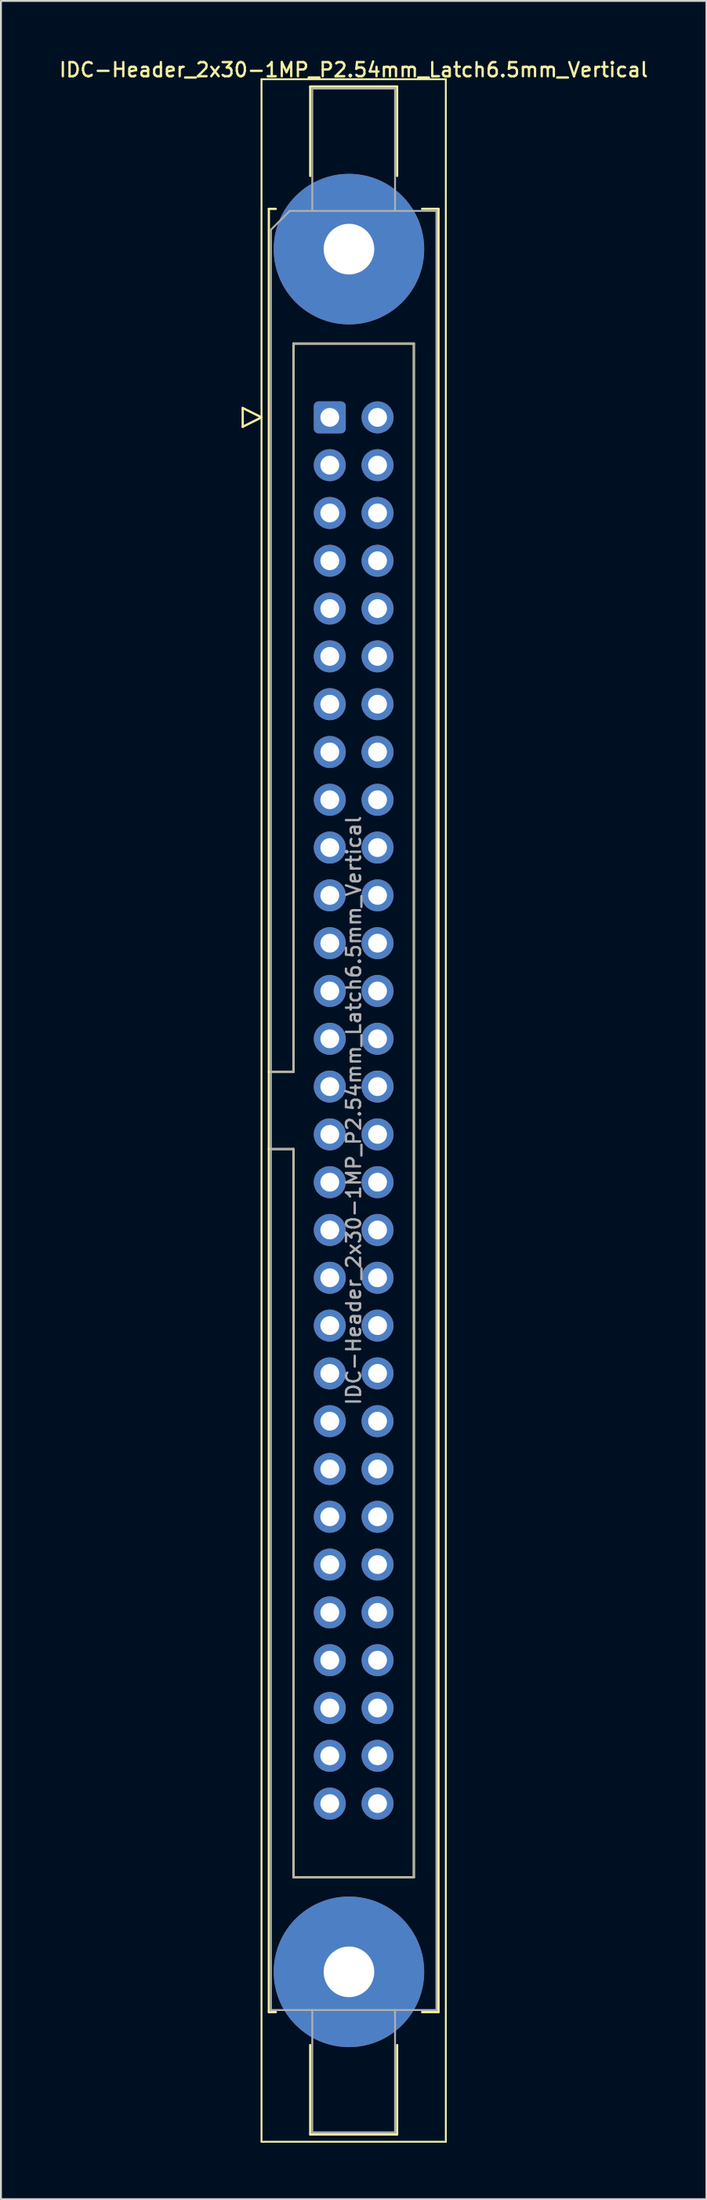
<source format=kicad_pcb>
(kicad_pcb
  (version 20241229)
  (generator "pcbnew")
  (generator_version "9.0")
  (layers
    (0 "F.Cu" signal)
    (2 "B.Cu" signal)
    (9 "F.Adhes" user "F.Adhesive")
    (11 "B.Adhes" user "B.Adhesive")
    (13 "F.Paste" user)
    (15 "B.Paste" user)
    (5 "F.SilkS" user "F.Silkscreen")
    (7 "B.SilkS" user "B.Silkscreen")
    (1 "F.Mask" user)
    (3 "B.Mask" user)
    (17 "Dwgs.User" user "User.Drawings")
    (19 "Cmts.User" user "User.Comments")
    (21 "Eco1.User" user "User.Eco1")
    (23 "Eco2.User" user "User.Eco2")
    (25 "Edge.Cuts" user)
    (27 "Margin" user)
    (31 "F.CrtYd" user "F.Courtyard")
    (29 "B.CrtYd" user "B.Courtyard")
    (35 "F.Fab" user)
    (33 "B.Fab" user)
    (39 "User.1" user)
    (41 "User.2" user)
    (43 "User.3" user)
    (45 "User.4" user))
  (footprint "IDC-Header_2x30-1MP_P2.54mm_Latch6.5mm_Vertical"
    (layer "F.Cu")
    (at 14.485 19.128)
    (property "Reference" "IDC-Header_2x30-1MP_P2.54mm_Latch6.5mm_Vertical" (at 1.27 -18.47 0) (layer "F.SilkS") (effects (font (size 0.75 0.75) (thickness 0.125))))
    (attr through_hole)
    (fp_line (start -4.63 -0.5) (end -4.63 0.5) (stroke (width 0.12) (type solid)) (layer "F.SilkS"))
    (fp_line (start -4.63 0.5) (end -3.63 0) (stroke (width 0.12) (type solid)) (layer "F.SilkS"))
    (fp_line (start -3.63 -17.97) (end -3.63 91.63) (stroke (width 0.1) (type solid)) (layer "F.SilkS"))
    (fp_line (start -3.63 0) (end -4.63 -0.5) (stroke (width 0.12) (type solid)) (layer "F.SilkS"))
    (fp_line (start -3.63 91.63) (end 6.17 91.63) (stroke (width 0.1) (type solid)) (layer "F.SilkS"))
    (fp_line (start -3.24 -11.08) (end -3.24 84.74) (stroke (width 0.12) (type solid)) (layer "F.SilkS"))
    (fp_line (start -3.24 34.78) (end -1.93 34.78) (stroke (width 0.12) (type solid)) (layer "F.SilkS"))
    (fp_line (start -3.24 84.74) (end -2.87 84.74) (stroke (width 0.12) (type solid)) (layer "F.SilkS"))
    (fp_line (start -2.87 -11.08) (end -3.24 -11.08) (stroke (width 0.12) (type solid)) (layer "F.SilkS"))
    (fp_line (start -1.93 -3.92) (end 4.47 -3.92) (stroke (width 0.12) (type solid)) (layer "F.SilkS"))
    (fp_line (start -1.93 34.78) (end -1.93 -3.92) (stroke (width 0.12) (type solid)) (layer "F.SilkS"))
    (fp_line (start -1.93 38.88) (end -3.24 38.88) (stroke (width 0.12) (type solid)) (layer "F.SilkS"))
    (fp_line (start -1.93 38.88) (end -1.93 38.88) (stroke (width 0.12) (type solid)) (layer "F.SilkS"))
    (fp_line (start -1.93 77.58) (end -1.93 38.88) (stroke (width 0.12) (type solid)) (layer "F.SilkS"))
    (fp_line (start -1.04 -17.58) (end 3.58 -17.58) (stroke (width 0.12) (type solid)) (layer "F.SilkS"))
    (fp_line (start -1.04 -12.83) (end -1.04 -17.58) (stroke (width 0.12) (type solid)) (layer "F.SilkS"))
    (fp_line (start -1.04 86.49) (end -1.04 91.24) (stroke (width 0.12) (type solid)) (layer "F.SilkS"))
    (fp_line (start -1.04 91.24) (end 3.58 91.24) (stroke (width 0.12) (type solid)) (layer "F.SilkS"))
    (fp_line (start 3.58 -17.58) (end 3.58 -12.83) (stroke (width 0.12) (type solid)) (layer "F.SilkS"))
    (fp_line (start 3.58 91.24) (end 3.58 86.49) (stroke (width 0.12) (type solid)) (layer "F.SilkS"))
    (fp_line (start 4.47 -3.92) (end 4.47 77.58) (stroke (width 0.12) (type solid)) (layer "F.SilkS"))
    (fp_line (start 4.47 77.58) (end -1.93 77.58) (stroke (width 0.12) (type solid)) (layer "F.SilkS"))
    (fp_line (start 4.91 -11.08) (end 5.78 -11.08) (stroke (width 0.12) (type solid)) (layer "F.SilkS"))
    (fp_line (start 5.78 -11.08) (end 5.78 84.74) (stroke (width 0.12) (type solid)) (layer "F.SilkS"))
    (fp_line (start 5.78 84.74) (end 4.91 84.74) (stroke (width 0.12) (type solid)) (layer "F.SilkS"))
    (fp_line (start 6.17 -17.97) (end -3.63 -17.97) (stroke (width 0.1) (type solid)) (layer "F.SilkS"))
    (fp_line (start 6.17 91.63) (end 6.17 -17.97) (stroke (width 0.1) (type solid)) (layer "F.SilkS"))
    (fp_line (start -3.13 -9.97) (end -2.13 -10.97) (stroke (width 0.1) (type solid)) (layer "F.Fab"))
    (fp_line (start -3.13 34.78) (end -1.93 34.78) (stroke (width 0.1) (type solid)) (layer "F.Fab"))
    (fp_line (start -3.13 84.63) (end -3.13 -9.97) (stroke (width 0.1) (type solid)) (layer "F.Fab"))
    (fp_line (start -2.13 -10.97) (end 5.67 -10.97) (stroke (width 0.1) (type solid)) (layer "F.Fab"))
    (fp_line (start -1.93 -3.92) (end 4.47 -3.92) (stroke (width 0.1) (type solid)) (layer "F.Fab"))
    (fp_line (start -1.93 34.78) (end -1.93 -3.92) (stroke (width 0.1) (type solid)) (layer "F.Fab"))
    (fp_line (start -1.93 38.88) (end -3.13 38.88) (stroke (width 0.1) (type solid)) (layer "F.Fab"))
    (fp_line (start -1.93 38.88) (end -1.93 38.88) (stroke (width 0.1) (type solid)) (layer "F.Fab"))
    (fp_line (start -1.93 77.58) (end -1.93 38.88) (stroke (width 0.1) (type solid)) (layer "F.Fab"))
    (fp_line (start -0.93 -17.47) (end 3.47 -17.47) (stroke (width 0.1) (type solid)) (layer "F.Fab"))
    (fp_line (start -0.93 -10.97) (end -0.93 -17.47) (stroke (width 0.1) (type solid)) (layer "F.Fab"))
    (fp_line (start -0.93 84.63) (end -0.93 91.13) (stroke (width 0.1) (type solid)) (layer "F.Fab"))
    (fp_line (start -0.93 91.13) (end 3.47 91.13) (stroke (width 0.1) (type solid)) (layer "F.Fab"))
    (fp_line (start 3.47 -17.47) (end 3.47 -10.97) (stroke (width 0.1) (type solid)) (layer "F.Fab"))
    (fp_line (start 3.47 91.13) (end 3.47 84.63) (stroke (width 0.1) (type solid)) (layer "F.Fab"))
    (fp_line (start 4.47 -3.92) (end 4.47 77.58) (stroke (width 0.1) (type solid)) (layer "F.Fab"))
    (fp_line (start 4.47 77.58) (end -1.93 77.58) (stroke (width 0.1) (type solid)) (layer "F.Fab"))
    (fp_line (start 5.67 -10.97) (end 5.67 84.63) (stroke (width 0.1) (type solid)) (layer "F.Fab"))
    (fp_line (start 5.67 84.63) (end -3.13 84.63) (stroke (width 0.1) (type solid)) (layer "F.Fab"))
    (fp_text user "${REFERENCE}" (at 1.27 36.83 90) (layer "F.Fab") (effects (font (size 0.75 0.75) (thickness 0.125))))
    (pad "1" thru_hole roundrect (at 0 0) (size 1.7 1.7) (drill 1) (layers "*.Cu" "*.Mask") (roundrect_rratio 0.147))
    (pad "2" thru_hole circle (at 2.54 0) (size 1.7 1.7) (drill 1) (layers "*.Cu" "*.Mask"))
    (pad "3" thru_hole circle (at 0 2.54) (size 1.7 1.7) (drill 1) (layers "*.Cu" "*.Mask"))
    (pad "4" thru_hole circle (at 2.54 2.54) (size 1.7 1.7) (drill 1) (layers "*.Cu" "*.Mask"))
    (pad "5" thru_hole circle (at 0 5.08) (size 1.7 1.7) (drill 1) (layers "*.Cu" "*.Mask"))
    (pad "6" thru_hole circle (at 2.54 5.08) (size 1.7 1.7) (drill 1) (layers "*.Cu" "*.Mask"))
    (pad "7" thru_hole circle (at 0 7.62) (size 1.7 1.7) (drill 1) (layers "*.Cu" "*.Mask"))
    (pad "8" thru_hole circle (at 2.54 7.62) (size 1.7 1.7) (drill 1) (layers "*.Cu" "*.Mask"))
    (pad "9" thru_hole circle (at 0 10.16) (size 1.7 1.7) (drill 1) (layers "*.Cu" "*.Mask"))
    (pad "10" thru_hole circle (at 2.54 10.16) (size 1.7 1.7) (drill 1) (layers "*.Cu" "*.Mask"))
    (pad "11" thru_hole circle (at 0 12.7) (size 1.7 1.7) (drill 1) (layers "*.Cu" "*.Mask"))
    (pad "12" thru_hole circle (at 2.54 12.7) (size 1.7 1.7) (drill 1) (layers "*.Cu" "*.Mask"))
    (pad "13" thru_hole circle (at 0 15.24) (size 1.7 1.7) (drill 1) (layers "*.Cu" "*.Mask"))
    (pad "14" thru_hole circle (at 2.54 15.24) (size 1.7 1.7) (drill 1) (layers "*.Cu" "*.Mask"))
    (pad "15" thru_hole circle (at 0 17.78) (size 1.7 1.7) (drill 1) (layers "*.Cu" "*.Mask"))
    (pad "16" thru_hole circle (at 2.54 17.78) (size 1.7 1.7) (drill 1) (layers "*.Cu" "*.Mask"))
    (pad "17" thru_hole circle (at 0 20.32) (size 1.7 1.7) (drill 1) (layers "*.Cu" "*.Mask"))
    (pad "18" thru_hole circle (at 2.54 20.32) (size 1.7 1.7) (drill 1) (layers "*.Cu" "*.Mask"))
    (pad "19" thru_hole circle (at 0 22.86) (size 1.7 1.7) (drill 1) (layers "*.Cu" "*.Mask"))
    (pad "20" thru_hole circle (at 2.54 22.86) (size 1.7 1.7) (drill 1) (layers "*.Cu" "*.Mask"))
    (pad "21" thru_hole circle (at 0 25.4) (size 1.7 1.7) (drill 1) (layers "*.Cu" "*.Mask"))
    (pad "22" thru_hole circle (at 2.54 25.4) (size 1.7 1.7) (drill 1) (layers "*.Cu" "*.Mask"))
    (pad "23" thru_hole circle (at 0 27.94) (size 1.7 1.7) (drill 1) (layers "*.Cu" "*.Mask"))
    (pad "24" thru_hole circle (at 2.54 27.94) (size 1.7 1.7) (drill 1) (layers "*.Cu" "*.Mask"))
    (pad "25" thru_hole circle (at 0 30.48) (size 1.7 1.7) (drill 1) (layers "*.Cu" "*.Mask"))
    (pad "26" thru_hole circle (at 2.54 30.48) (size 1.7 1.7) (drill 1) (layers "*.Cu" "*.Mask"))
    (pad "27" thru_hole circle (at 0 33.02) (size 1.7 1.7) (drill 1) (layers "*.Cu" "*.Mask"))
    (pad "28" thru_hole circle (at 2.54 33.02) (size 1.7 1.7) (drill 1) (layers "*.Cu" "*.Mask"))
    (pad "29" thru_hole circle (at 0 35.56) (size 1.7 1.7) (drill 1) (layers "*.Cu" "*.Mask"))
    (pad "30" thru_hole circle (at 2.54 35.56) (size 1.7 1.7) (drill 1) (layers "*.Cu" "*.Mask"))
    (pad "31" thru_hole circle (at 0 38.1) (size 1.7 1.7) (drill 1) (layers "*.Cu" "*.Mask"))
    (pad "32" thru_hole circle (at 2.54 38.1) (size 1.7 1.7) (drill 1) (layers "*.Cu" "*.Mask"))
    (pad "33" thru_hole circle (at 0 40.64) (size 1.7 1.7) (drill 1) (layers "*.Cu" "*.Mask"))
    (pad "34" thru_hole circle (at 2.54 40.64) (size 1.7 1.7) (drill 1) (layers "*.Cu" "*.Mask"))
    (pad "35" thru_hole circle (at 0 43.18) (size 1.7 1.7) (drill 1) (layers "*.Cu" "*.Mask"))
    (pad "36" thru_hole circle (at 2.54 43.18) (size 1.7 1.7) (drill 1) (layers "*.Cu" "*.Mask"))
    (pad "37" thru_hole circle (at 0 45.72) (size 1.7 1.7) (drill 1) (layers "*.Cu" "*.Mask"))
    (pad "38" thru_hole circle (at 2.54 45.72) (size 1.7 1.7) (drill 1) (layers "*.Cu" "*.Mask"))
    (pad "39" thru_hole circle (at 0 48.26) (size 1.7 1.7) (drill 1) (layers "*.Cu" "*.Mask"))
    (pad "40" thru_hole circle (at 2.54 48.26) (size 1.7 1.7) (drill 1) (layers "*.Cu" "*.Mask"))
    (pad "41" thru_hole circle (at 0 50.8) (size 1.7 1.7) (drill 1) (layers "*.Cu" "*.Mask"))
    (pad "42" thru_hole circle (at 2.54 50.8) (size 1.7 1.7) (drill 1) (layers "*.Cu" "*.Mask"))
    (pad "43" thru_hole circle (at 0 53.34) (size 1.7 1.7) (drill 1) (layers "*.Cu" "*.Mask"))
    (pad "44" thru_hole circle (at 2.54 53.34) (size 1.7 1.7) (drill 1) (layers "*.Cu" "*.Mask"))
    (pad "45" thru_hole circle (at 0 55.88) (size 1.7 1.7) (drill 1) (layers "*.Cu" "*.Mask"))
    (pad "46" thru_hole circle (at 2.54 55.88) (size 1.7 1.7) (drill 1) (layers "*.Cu" "*.Mask"))
    (pad "47" thru_hole circle (at 0 58.42) (size 1.7 1.7) (drill 1) (layers "*.Cu" "*.Mask"))
    (pad "48" thru_hole circle (at 2.54 58.42) (size 1.7 1.7) (drill 1) (layers "*.Cu" "*.Mask"))
    (pad "49" thru_hole circle (at 0 60.96) (size 1.7 1.7) (drill 1) (layers "*.Cu" "*.Mask"))
    (pad "50" thru_hole circle (at 2.54 60.96) (size 1.7 1.7) (drill 1) (layers "*.Cu" "*.Mask"))
    (pad "51" thru_hole circle (at 0 63.5) (size 1.7 1.7) (drill 1) (layers "*.Cu" "*.Mask"))
    (pad "52" thru_hole circle (at 2.54 63.5) (size 1.7 1.7) (drill 1) (layers "*.Cu" "*.Mask"))
    (pad "53" thru_hole circle (at 0 66.04) (size 1.7 1.7) (drill 1) (layers "*.Cu" "*.Mask"))
    (pad "54" thru_hole circle (at 2.54 66.04) (size 1.7 1.7) (drill 1) (layers "*.Cu" "*.Mask"))
    (pad "55" thru_hole circle (at 0 68.58) (size 1.7 1.7) (drill 1) (layers "*.Cu" "*.Mask"))
    (pad "56" thru_hole circle (at 2.54 68.58) (size 1.7 1.7) (drill 1) (layers "*.Cu" "*.Mask"))
    (pad "57" thru_hole circle (at 0 71.12) (size 1.7 1.7) (drill 1) (layers "*.Cu" "*.Mask"))
    (pad "58" thru_hole circle (at 2.54 71.12) (size 1.7 1.7) (drill 1) (layers "*.Cu" "*.Mask"))
    (pad "59" thru_hole circle (at 0 73.66) (size 1.7 1.7) (drill 1) (layers "*.Cu" "*.Mask"))
    (pad "60" thru_hole circle (at 2.54 73.66) (size 1.7 1.7) (drill 1) (layers "*.Cu" "*.Mask"))
    (pad "MP" thru_hole circle (at 1.02 -8.94) (size 8 8) (drill 2.69) (layers "*.Cu" "*.Mask"))
    (pad "MP" thru_hole circle (at 1.02 82.6) (size 8 8) (drill 2.69) (layers "*.Cu" "*.Mask")))
  (gr_rect
    (start -3 -3)
    (end 34.511 113.808)
    (stroke (width 0.1) (type default))
    (fill no)
    (layer "Edge.Cuts")))
</source>
